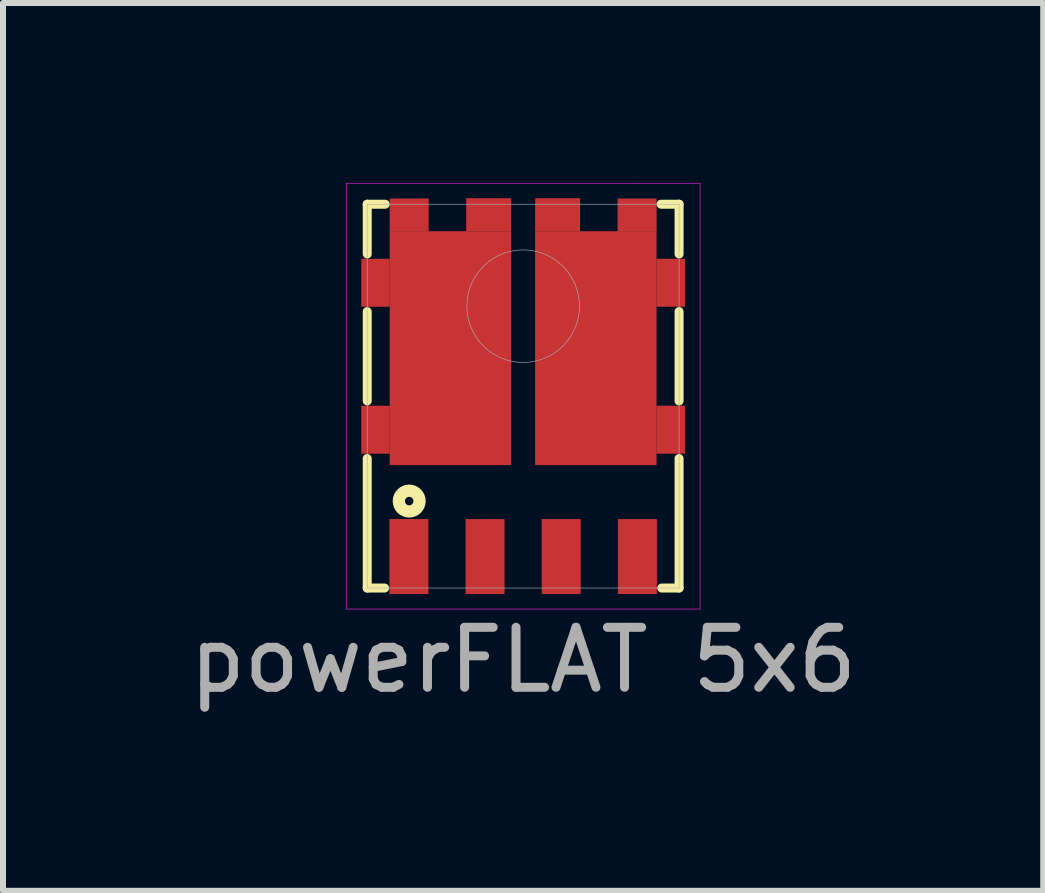
<source format=kicad_pcb>
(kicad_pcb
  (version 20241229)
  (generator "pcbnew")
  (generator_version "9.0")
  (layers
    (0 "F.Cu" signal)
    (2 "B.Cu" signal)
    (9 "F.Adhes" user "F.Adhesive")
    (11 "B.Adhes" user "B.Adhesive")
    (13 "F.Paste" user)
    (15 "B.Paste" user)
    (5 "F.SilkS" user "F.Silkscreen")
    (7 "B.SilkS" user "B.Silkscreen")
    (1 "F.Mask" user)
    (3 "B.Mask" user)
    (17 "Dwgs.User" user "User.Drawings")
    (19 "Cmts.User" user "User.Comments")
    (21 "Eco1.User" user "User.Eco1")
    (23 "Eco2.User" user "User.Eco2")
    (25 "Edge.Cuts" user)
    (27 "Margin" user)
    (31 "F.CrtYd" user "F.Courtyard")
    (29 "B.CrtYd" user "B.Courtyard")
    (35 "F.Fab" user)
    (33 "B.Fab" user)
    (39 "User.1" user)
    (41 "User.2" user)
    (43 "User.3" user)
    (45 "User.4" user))
  (footprint "powerFLAT 5x6"
    (layer "F.Cu")
    (at 5.673 3.555)
    (property "Reference" "powerFLAT 5x6" (at 0 4.4 0) (layer "F.Fab") (effects (font (size 1 1) (thickness 0.15))))
    (attr through_hole)
    (fp_line (start -2.6 -3.2) (end -2.6 -2.37) (stroke (width 0.15) (type solid)) (layer "F.SilkS"))
    (fp_line (start -2.6 -1.41) (end -2.6 0.08) (stroke (width 0.15) (type solid)) (layer "F.SilkS"))
    (fp_line (start -2.6 1.04) (end -2.6 3.2) (stroke (width 0.15) (type solid)) (layer "F.SilkS"))
    (fp_line (start -2.6 3.2) (end -2.31 3.2) (stroke (width 0.15) (type solid)) (layer "F.SilkS"))
    (fp_line (start -2.3 -3.2) (end -2.6 -3.2) (stroke (width 0.15) (type solid)) (layer "F.SilkS"))
    (fp_line (start 2.6 -3.2) (end 2.3 -3.2) (stroke (width 0.15) (type solid)) (layer "F.SilkS"))
    (fp_line (start 2.6 -2.37) (end 2.6 -3.2) (stroke (width 0.15) (type solid)) (layer "F.SilkS"))
    (fp_line (start 2.6 0.08) (end 2.6 -1.41) (stroke (width 0.15) (type solid)) (layer "F.SilkS"))
    (fp_line (start 2.6 1.04) (end 2.6 3.2) (stroke (width 0.15) (type solid)) (layer "F.SilkS"))
    (fp_line (start 2.6 3.2) (end 2.31 3.2) (stroke (width 0.15) (type solid)) (layer "F.SilkS"))
    (fp_circle (center -1.9 1.75) (end -1.85 1.8) (stroke (width 0.15) (type solid)) (fill no) (layer "F.SilkS"))
    (fp_circle (center -1.9 1.75) (end -1.7 1.75) (stroke (width 0.15) (type solid)) (fill no) (layer "F.SilkS"))
    (fp_line (start -2.95 -3.55) (end 1.9 -3.55) (stroke (width 0.01) (type solid)) (layer "F.CrtYd"))
    (fp_line (start -2.95 3.55) (end -2.95 -3.55) (stroke (width 0.01) (type solid)) (layer "F.CrtYd"))
    (fp_line (start 1.9 -3.55) (end 2.95 -3.55) (stroke (width 0.01) (type solid)) (layer "F.CrtYd"))
    (fp_line (start 2.95 -3.55) (end 2.95 3.55) (stroke (width 0.01) (type solid)) (layer "F.CrtYd"))
    (fp_line (start 2.95 3.55) (end -2.95 3.55) (stroke (width 0.01) (type solid)) (layer "F.CrtYd"))
    (fp_line (start -2.6 -3.2) (end 2.6 -3.2) (stroke (width 0.01) (type solid)) (layer "F.Fab"))
    (fp_line (start -2.6 3.2) (end -2.6 -3.2) (stroke (width 0.01) (type solid)) (layer "F.Fab"))
    (fp_line (start 2.6 -3.2) (end 2.6 3.2) (stroke (width 0.01) (type solid)) (layer "F.Fab"))
    (fp_line (start 2.6 3.2) (end -2.6 3.2) (stroke (width 0.01) (type solid)) (layer "F.Fab"))
    (fp_circle (center 0 -1.5) (end 0.7 -2.125) (stroke (width 0.01) (type solid)) (fill no) (layer "F.Fab"))
    (pad "D1" smd rect (at 0.575 -3.025) (size 0.75 0.55) (layers "F.Cu" "F.Mask" "F.Paste"))
    (pad "D1" smd rect (at 1.212 -0.8) (size 2.025 3.9) (layers "F.Cu" "F.Mask" "F.Paste"))
    (pad "D1" smd rect (at 1.9 -3.02) (size 0.65 0.55) (layers "F.Cu" "F.Mask" "F.Paste"))
    (pad "D1" smd rect (at 2.462 -1.89) (size 0.475 0.8) (layers "F.Cu" "F.Mask" "F.Paste"))
    (pad "D1" smd rect (at 2.462 0.56) (size 0.475 0.8) (layers "F.Cu" "F.Mask" "F.Paste"))
    (pad "D2" smd rect (at -2.462 -1.89) (size 0.475 0.8) (layers "F.Cu" "F.Mask" "F.Paste"))
    (pad "D2" smd rect (at -2.462 0.56) (size 0.475 0.8) (layers "F.Cu" "F.Mask" "F.Paste"))
    (pad "D2" smd rect (at -1.9 -3.02) (size 0.65 0.55) (layers "F.Cu" "F.Mask" "F.Paste"))
    (pad "D2" smd rect (at -1.212 -0.8) (size 2.025 3.9) (layers "F.Cu" "F.Mask" "F.Paste"))
    (pad "D2" smd rect (at -0.575 -3.025) (size 0.75 0.55) (layers "F.Cu" "F.Mask" "F.Paste"))
    (pad "G1" smd rect (at 1.905 2.675) (size 0.65 1.25) (layers "F.Cu" "F.Mask" "F.Paste"))
    (pad "G2" smd rect (at -0.635 2.675) (size 0.65 1.25) (layers "F.Cu" "F.Mask" "F.Paste"))
    (pad "S1" smd rect (at 0.635 2.675) (size 0.65 1.25) (layers "F.Cu" "F.Mask" "F.Paste"))
    (pad "S2" smd rect (at -1.905 2.675) (size 0.65 1.25) (layers "F.Cu" "F.Mask" "F.Paste")))
  (gr_rect
    (start -3 -3)
    (end 14.345 11.803)
    (stroke (width 0.1) (type default))
    (fill no)
    (layer "Edge.Cuts")))
</source>
